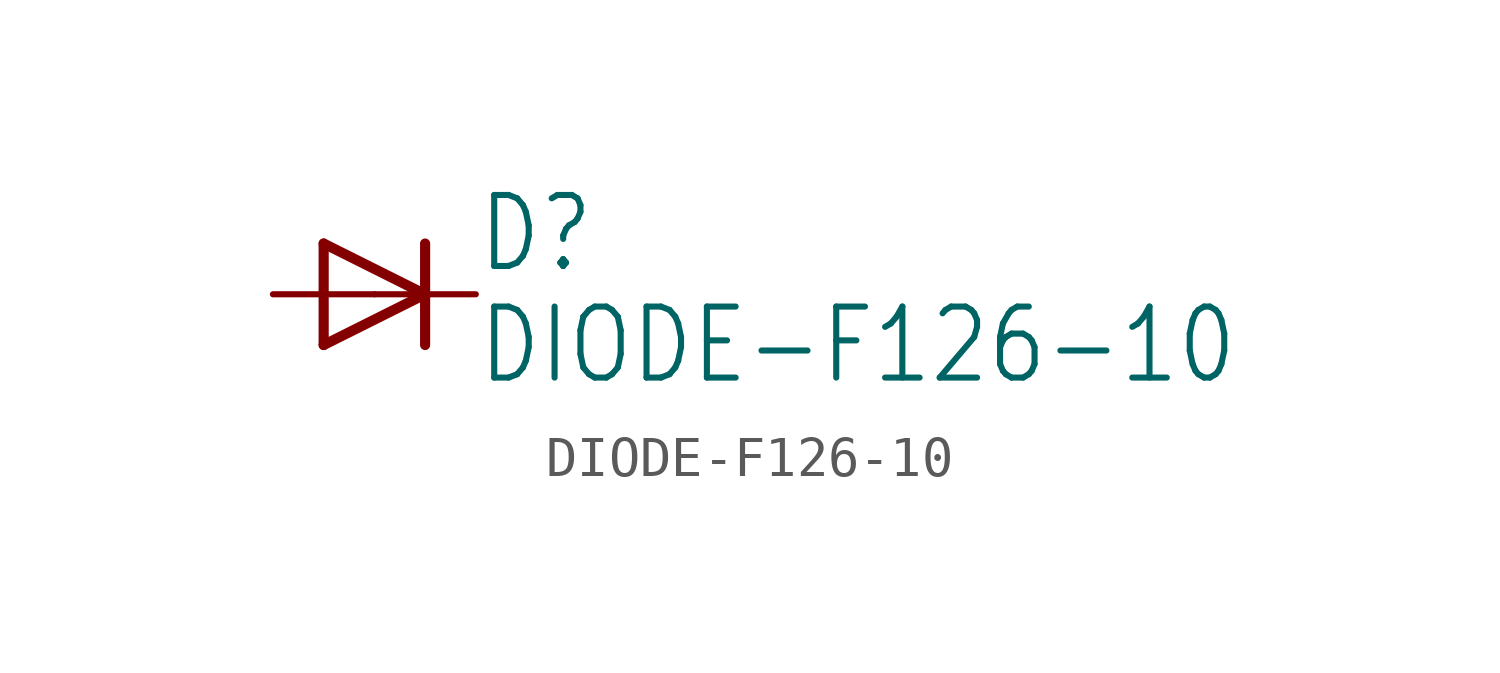
<source format=kicad_sym>
(kicad_symbol_lib
  (version 20211014)
  (generator kicad_symbol_editor)
  (symbol "DIODE-F126-10"
    (property "Reference" "D"
      (at 2.54 0.483 0)
      (effects (font (size 1.778 1.511)) (justify left bottom)))
    (property "Value" "DIODE-F126-10"
      (at 2.54 -2.311 0)
      (effects (font (size 1.778 1.511)) (justify left bottom)))
    (property "ki_locked" ""
      (at 0 0 0)
      (effects (font (size 1.27 1.27))))
    (symbol "DIODE-F126-10_1_0"
      (polyline (pts (xy -1.27 -1.27) (xy 1.27 0)) (stroke (width 0.254) (type default) (color 0 0 0 0)) (fill (type none)))
      (polyline (pts (xy -1.27 1.27) (xy -1.27 -1.27)) (stroke (width 0.254) (type default) (color 0 0 0 0)) (fill (type none)))
      (polyline (pts (xy 1.27 0) (xy -1.27 1.27)) (stroke (width 0.254) (type default) (color 0 0 0 0)) (fill (type none)))
      (polyline (pts (xy 1.27 0) (xy 1.27 -1.27)) (stroke (width 0.254) (type default) (color 0 0 0 0)) (fill (type none)))
      (polyline (pts (xy 1.27 1.27) (xy 1.27 0)) (stroke (width 0.254) (type default) (color 0 0 0 0)) (fill (type none)))
      (pin passive line (at -2.54 0 0) (length 2.54) (name "A" (effects (font (size 0 0)))) (number "A" (effects (font (size 0 0)))))
      (pin passive line (at 2.54 0 180) (length 2.54) (name "C" (effects (font (size 0 0)))) (number "C" (effects (font (size 0 0))))))))
</source>
